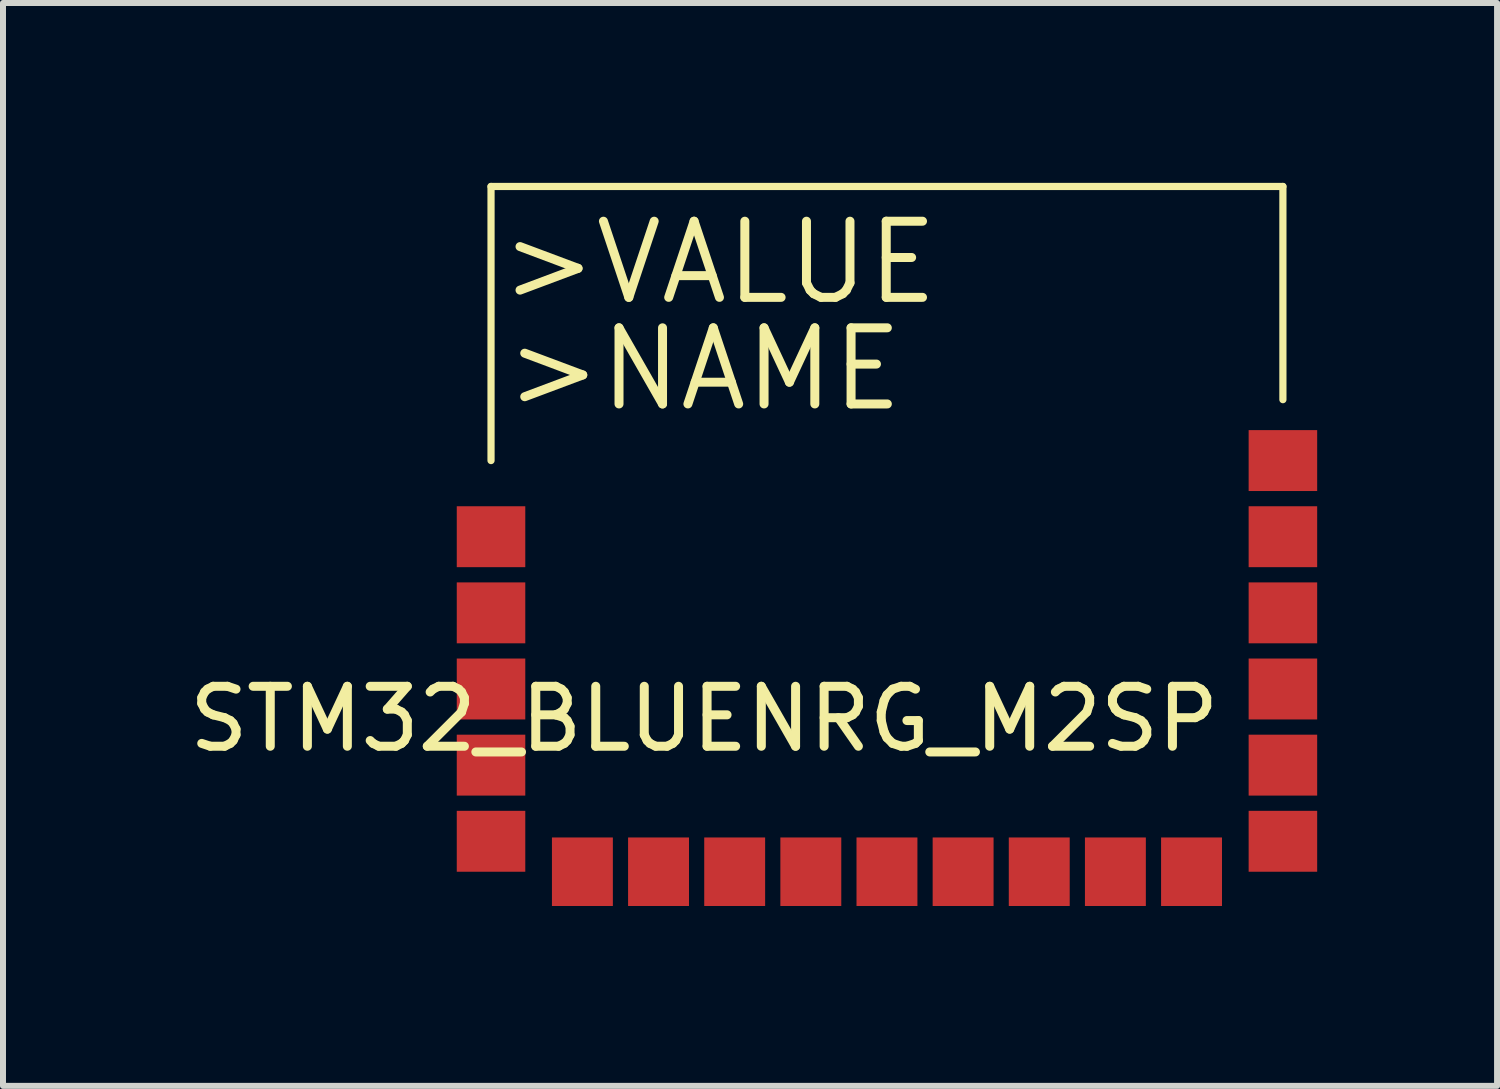
<source format=kicad_pcb>
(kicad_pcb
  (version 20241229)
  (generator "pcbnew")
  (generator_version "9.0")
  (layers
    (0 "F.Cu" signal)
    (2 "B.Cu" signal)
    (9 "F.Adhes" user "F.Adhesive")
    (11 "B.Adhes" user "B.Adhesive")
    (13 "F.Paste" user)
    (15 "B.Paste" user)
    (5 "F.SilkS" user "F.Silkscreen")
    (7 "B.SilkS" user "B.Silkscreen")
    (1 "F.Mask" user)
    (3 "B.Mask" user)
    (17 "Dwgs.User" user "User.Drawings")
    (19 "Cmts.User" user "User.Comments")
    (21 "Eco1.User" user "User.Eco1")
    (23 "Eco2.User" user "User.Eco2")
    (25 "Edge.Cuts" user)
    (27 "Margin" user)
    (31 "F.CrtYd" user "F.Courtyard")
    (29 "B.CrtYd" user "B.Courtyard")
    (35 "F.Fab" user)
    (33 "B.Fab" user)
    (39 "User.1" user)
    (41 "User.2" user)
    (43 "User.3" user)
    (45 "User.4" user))
  (footprint "STM32_BLUENRG_M2SP"
    (layer "F.Cu")
    (at 11.744 7.172)
    (property "Reference" "STM32_BLUENRG_M2SP" (at -3.048 1.77 0) (layer "F.SilkS") (effects (font (size 1 1) (thickness 0.15))))
    (attr through_hole)
    (fp_line (start -6.604 -7.112) (end -6.604 -2.54) (stroke (width 0.12) (type solid)) (layer "F.SilkS"))
    (fp_line (start 6.604 -7.112) (end -6.604 -7.112) (stroke (width 0.12) (type solid)) (layer "F.SilkS"))
    (fp_line (start 6.604 -7.112) (end 6.604 -3.556) (stroke (width 0.12) (type solid)) (layer "F.SilkS"))
    (fp_text user ">NAME" (at -3.048 -4.064 0) (layer "F.SilkS") (effects (font (size 1.27 1.27) (thickness 0.15))))
    (fp_text user ">VALUE" (at -2.794 -5.842 0) (layer "F.SilkS") (effects (font (size 1.27 1.27) (thickness 0.15))))
    (pad "1" smd rect (at -6.604 -1.27) (size 1.143 1.016) (layers "F.Cu" "F.Mask" "F.Paste"))
    (pad "2" smd rect (at -6.604 0) (size 1.143 1.016) (layers "F.Cu" "F.Mask" "F.Paste"))
    (pad "3" smd rect (at -6.604 1.27) (size 1.143 1.016) (layers "F.Cu" "F.Mask" "F.Paste"))
    (pad "4" smd rect (at -6.604 2.54) (size 1.143 1.016) (layers "F.Cu" "F.Mask" "F.Paste"))
    (pad "5" smd rect (at -6.604 3.81) (size 1.143 1.016) (layers "F.Cu" "F.Mask" "F.Paste"))
    (pad "6" smd rect (at -5.08 4.318 90) (size 1.143 1.016) (layers "F.Cu" "F.Mask" "F.Paste"))
    (pad "7" smd rect (at -3.81 4.318 90) (size 1.143 1.016) (layers "F.Cu" "F.Mask" "F.Paste"))
    (pad "8" smd rect (at -2.54 4.318 90) (size 1.143 1.016) (layers "F.Cu" "F.Mask" "F.Paste"))
    (pad "9" smd rect (at -1.27 4.318 90) (size 1.143 1.016) (layers "F.Cu" "F.Mask" "F.Paste"))
    (pad "10" smd rect (at 0 4.318 90) (size 1.143 1.016) (layers "F.Cu" "F.Mask" "F.Paste"))
    (pad "11" smd rect (at 1.27 4.318 90) (size 1.143 1.016) (layers "F.Cu" "F.Mask" "F.Paste"))
    (pad "12" smd rect (at 2.54 4.318 90) (size 1.143 1.016) (layers "F.Cu" "F.Mask" "F.Paste"))
    (pad "13" smd rect (at 3.81 4.318 90) (size 1.143 1.016) (layers "F.Cu" "F.Mask" "F.Paste"))
    (pad "14" smd rect (at 5.08 4.318 90) (size 1.143 1.016) (layers "F.Cu" "F.Mask" "F.Paste"))
    (pad "15" smd rect (at 6.604 3.81 180) (size 1.143 1.016) (layers "F.Cu" "F.Mask" "F.Paste"))
    (pad "16" smd rect (at 6.604 2.54 180) (size 1.143 1.016) (layers "F.Cu" "F.Mask" "F.Paste"))
    (pad "17" smd rect (at 6.604 1.27 180) (size 1.143 1.016) (layers "F.Cu" "F.Mask" "F.Paste"))
    (pad "18" smd rect (at 6.604 0 180) (size 1.143 1.016) (layers "F.Cu" "F.Mask" "F.Paste"))
    (pad "19" smd rect (at 6.604 -1.27 180) (size 1.143 1.016) (layers "F.Cu" "F.Mask" "F.Paste"))
    (pad "20" smd rect (at 6.604 -2.54 180) (size 1.143 1.016) (layers "F.Cu" "F.Mask" "F.Paste")))
  (gr_rect
    (start -3 -3)
    (end 21.92 15.062)
    (stroke (width 0.1) (type default))
    (fill no)
    (layer "Edge.Cuts")))
</source>
